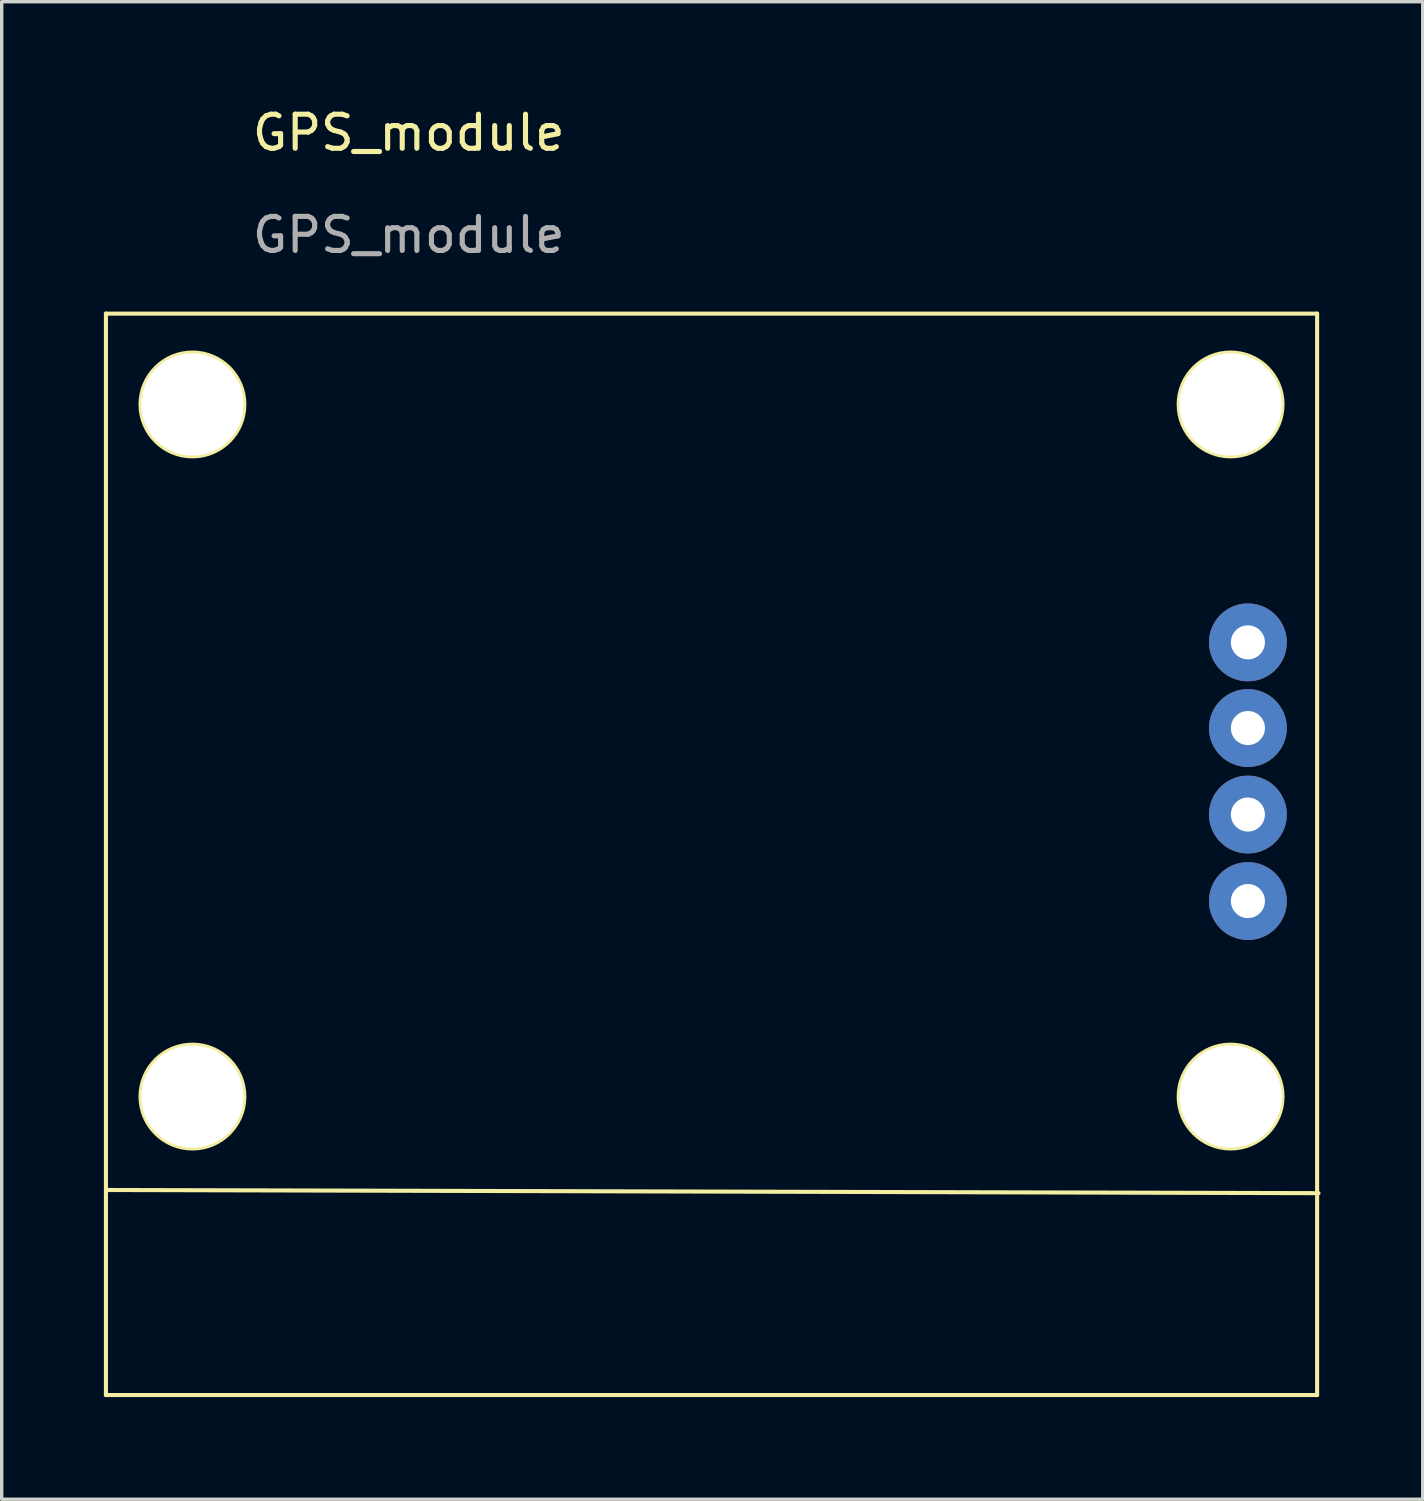
<source format=kicad_pcb>
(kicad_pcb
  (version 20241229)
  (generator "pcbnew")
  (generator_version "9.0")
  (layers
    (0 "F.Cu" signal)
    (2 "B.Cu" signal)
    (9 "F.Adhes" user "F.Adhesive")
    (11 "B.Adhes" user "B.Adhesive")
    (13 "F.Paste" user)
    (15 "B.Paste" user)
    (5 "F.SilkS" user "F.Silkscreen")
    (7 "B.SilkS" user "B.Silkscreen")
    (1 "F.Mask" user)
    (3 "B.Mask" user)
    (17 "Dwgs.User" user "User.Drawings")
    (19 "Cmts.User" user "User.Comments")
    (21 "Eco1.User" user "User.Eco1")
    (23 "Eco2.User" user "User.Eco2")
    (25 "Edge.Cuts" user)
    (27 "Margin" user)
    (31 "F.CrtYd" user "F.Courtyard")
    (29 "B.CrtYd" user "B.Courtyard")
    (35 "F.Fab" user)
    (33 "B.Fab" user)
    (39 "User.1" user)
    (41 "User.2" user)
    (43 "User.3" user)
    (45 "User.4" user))
  (footprint "GPS_module"
    (layer "F.Cu")
    (at 17.84 20.509)
    (property "Reference" "GPS_module" (at -8.89 -19.661 0) (unlocked yes) (layer "F.SilkS") (effects (font (size 1 1) (thickness 0.15))))
    (attr smd)
    (fp_line (start -17.78 -14.351) (end 17.78 -14.351) (stroke (width 0.12) (type solid)) (layer "F.SilkS"))
    (fp_line (start -17.78 17.399) (end -17.78 -14.351) (stroke (width 0.12) (type solid)) (layer "F.SilkS"))
    (fp_line (start -17.729 11.379) (end 17.821 11.472) (stroke (width 0.12) (type solid)) (layer "F.SilkS"))
    (fp_line (start 17.78 -14.351) (end 17.78 17.399) (stroke (width 0.12) (type solid)) (layer "F.SilkS"))
    (fp_line (start 17.78 17.399) (end -17.78 17.399) (stroke (width 0.12) (type solid)) (layer "F.SilkS"))
    (fp_circle (center -15.24 -11.684) (end -15.24 -10.16) (stroke (width 0.12) (type solid)) (fill no) (layer "F.SilkS"))
    (fp_circle (center -15.24 8.636) (end -15.24 10.16) (stroke (width 0.12) (type solid)) (fill no) (layer "F.SilkS"))
    (fp_circle (center 15.24 -11.684) (end 15.24 -10.16) (stroke (width 0.12) (type solid)) (fill no) (layer "F.SilkS"))
    (fp_circle (center 15.24 8.636) (end 15.24 10.16) (stroke (width 0.12) (type solid)) (fill no) (layer "F.SilkS"))
    (fp_text user "${REFERENCE}" (at -8.89 -16.661 0) (unlocked yes) (layer "F.Fab") (effects (font (size 1 1) (thickness 0.15))))
    (pad "1" thru_hole circle (at 15.748 -4.699) (size 2.286 2.286) (drill 1) (layers "*.Cu" "*.Mask"))
    (pad "2" thru_hole circle (at 15.748 -2.184) (size 2.286 2.286) (drill 1) (layers "*.Cu" "*.Mask"))
    (pad "3" thru_hole circle (at 15.748 0.356) (size 2.286 2.286) (drill 1) (layers "*.Cu" "*.Mask"))
    (pad "4" thru_hole circle (at -15.24 -11.684) (size 3.1 3.1) (drill 3) (layers "*.Cu" "*.Mask"))
    (pad "4" thru_hole circle (at -15.24 8.636) (size 3.1 3.1) (drill 3) (layers "*.Cu" "*.Mask"))
    (pad "4" thru_hole circle (at 15.24 -11.684) (size 3.1 3.1) (drill 3) (layers "*.Cu" "*.Mask"))
    (pad "4" thru_hole circle (at 15.24 8.636) (size 3.1 3.1) (drill 3) (layers "*.Cu" "*.Mask"))
    (pad "4" thru_hole circle (at 15.748 2.896) (size 2.286 2.286) (drill 1) (layers "*.Cu" "*.Mask")))
  (gr_rect
    (start -3 -3)
    (end 38.721 40.968)
    (stroke (width 0.1) (type default))
    (fill no)
    (layer "Edge.Cuts")))
</source>
